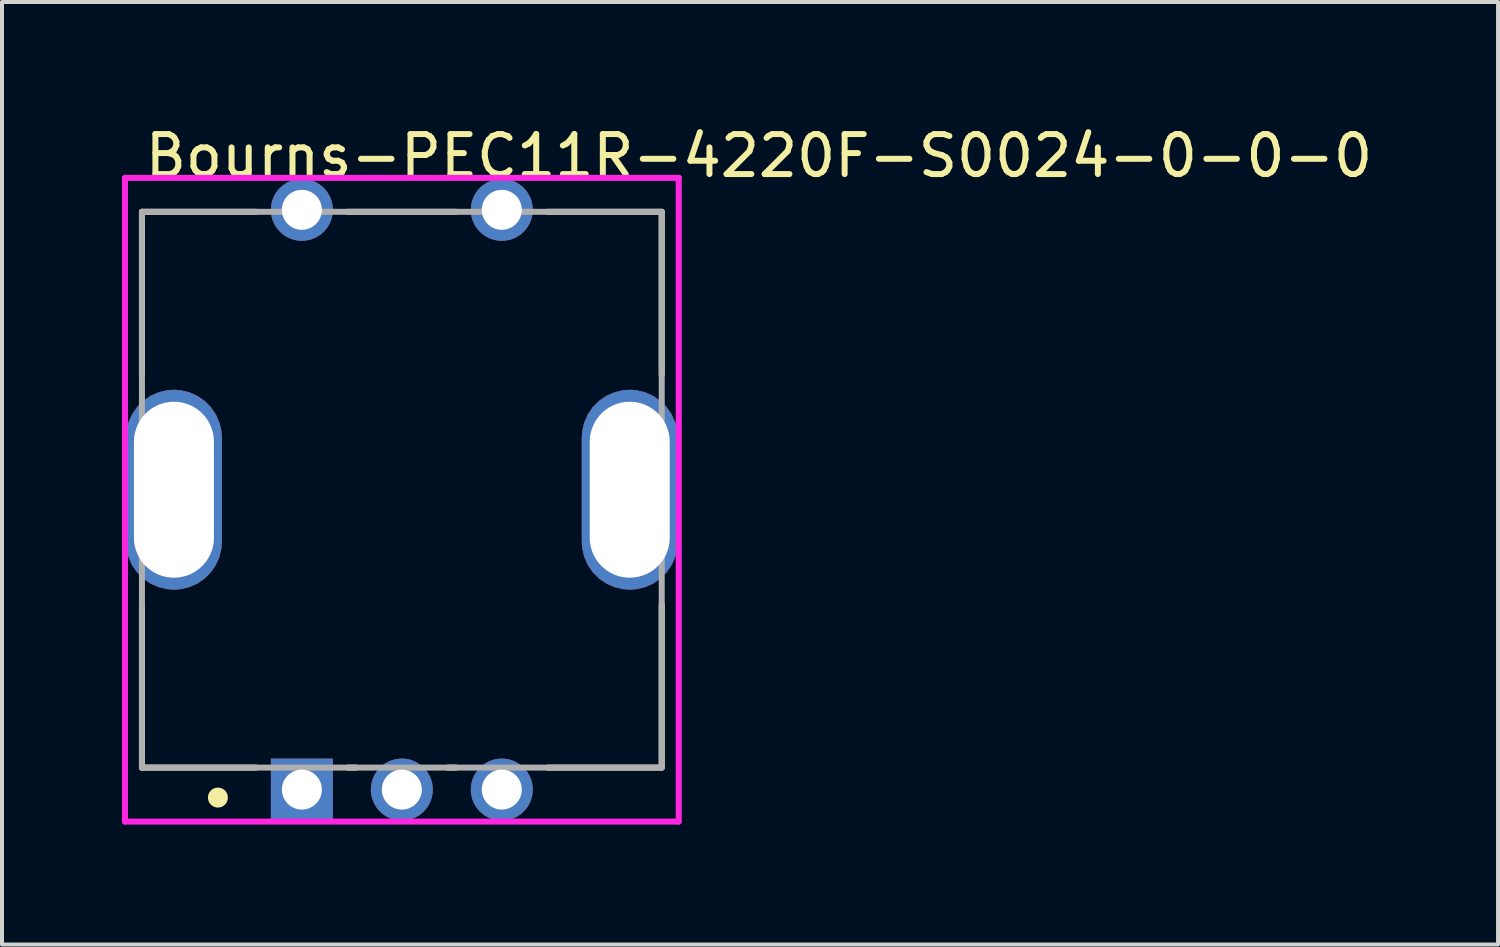
<source format=kicad_pcb>
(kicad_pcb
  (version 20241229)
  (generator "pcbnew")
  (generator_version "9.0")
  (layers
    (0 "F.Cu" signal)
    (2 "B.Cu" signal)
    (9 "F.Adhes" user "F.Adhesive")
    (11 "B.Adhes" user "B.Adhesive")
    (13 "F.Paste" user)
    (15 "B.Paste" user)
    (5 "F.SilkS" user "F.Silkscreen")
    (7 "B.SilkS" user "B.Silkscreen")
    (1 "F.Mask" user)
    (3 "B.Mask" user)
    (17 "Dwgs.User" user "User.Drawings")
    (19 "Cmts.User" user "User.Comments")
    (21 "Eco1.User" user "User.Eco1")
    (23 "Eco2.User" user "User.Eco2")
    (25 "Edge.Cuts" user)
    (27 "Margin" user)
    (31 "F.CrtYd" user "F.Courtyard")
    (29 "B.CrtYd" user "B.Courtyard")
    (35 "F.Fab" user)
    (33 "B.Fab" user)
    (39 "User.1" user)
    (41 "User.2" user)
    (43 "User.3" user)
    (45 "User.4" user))
  (footprint "Bourns-PEC11R-4220F-S0024-0-0-0"
    (layer "F.Cu")
    (at 7 9.198)
    (property "Reference" "Bourns-PEC11R-4220F-S0024-0-0-0" (at -6.5 -8.35 0) (layer "F.SilkS") (effects (font (size 1 1) (thickness 0.15)) (justify left)))
    (attr through_hole)
    (fp_line (start -6.5 -6.95) (end -3.65 -6.95) (stroke (width 0.15) (type solid)) (layer "F.SilkS"))
    (fp_line (start -6.5 -2.875) (end -6.5 -6.95) (stroke (width 0.15) (type solid)) (layer "F.SilkS"))
    (fp_line (start -6.5 6.95) (end -6.5 2.875) (stroke (width 0.15) (type solid)) (layer "F.SilkS"))
    (fp_line (start -6.5 6.95) (end -3.65 6.95) (stroke (width 0.15) (type solid)) (layer "F.SilkS"))
    (fp_line (start -1.35 -6.95) (end 1.35 -6.95) (stroke (width 0.15) (type solid)) (layer "F.SilkS"))
    (fp_line (start -1.35 6.95) (end -1.15 6.95) (stroke (width 0.15) (type solid)) (layer "F.SilkS"))
    (fp_line (start 1.15 6.95) (end 1.35 6.95) (stroke (width 0.15) (type solid)) (layer "F.SilkS"))
    (fp_line (start 3.65 -6.95) (end 6.5 -6.95) (stroke (width 0.15) (type solid)) (layer "F.SilkS"))
    (fp_line (start 3.65 6.95) (end 6.5 6.95) (stroke (width 0.15) (type solid)) (layer "F.SilkS"))
    (fp_line (start 6.5 -2.875) (end 6.5 -6.95) (stroke (width 0.15) (type solid)) (layer "F.SilkS"))
    (fp_line (start 6.5 6.95) (end 6.5 2.875) (stroke (width 0.15) (type solid)) (layer "F.SilkS"))
    (fp_circle (center -4.6 7.7) (end -4.475 7.7) (stroke (width 0.25) (type solid)) (fill no) (layer "F.SilkS"))
    (fp_line (start -6.925 -7.8) (end -6.925 8.3) (stroke (width 0.15) (type solid)) (layer "F.CrtYd"))
    (fp_line (start -6.925 8.3) (end 6.925 8.3) (stroke (width 0.15) (type solid)) (layer "F.CrtYd"))
    (fp_line (start 6.925 -7.8) (end -6.925 -7.8) (stroke (width 0.15) (type solid)) (layer "F.CrtYd"))
    (fp_line (start 6.925 -7.8) (end 6.925 -7.8) (stroke (width 0.15) (type solid)) (layer "F.CrtYd"))
    (fp_line (start 6.925 8.3) (end 6.925 -7.8) (stroke (width 0.15) (type solid)) (layer "F.CrtYd"))
    (fp_line (start -6.5 -6.95) (end 6.5 -6.95) (stroke (width 0.15) (type solid)) (layer "F.Fab"))
    (fp_line (start -6.5 6.95) (end -6.5 -6.95) (stroke (width 0.15) (type solid)) (layer "F.Fab"))
    (fp_line (start 6.5 -6.95) (end 6.5 6.95) (stroke (width 0.15) (type solid)) (layer "F.Fab"))
    (fp_line (start 6.5 6.95) (end -6.5 6.95) (stroke (width 0.15) (type solid)) (layer "F.Fab"))
    (pad "1" thru_hole circle (at -2.5 -7) (size 1.55 1.55) (drill 1) (layers "*.Cu"))
    (pad "2" thru_hole circle (at 2.5 -7) (size 1.55 1.55) (drill 1) (layers "*.Cu"))
    (pad "3" thru_hole roundrect (at -5.7 0) (size 2.4 5) (drill oval 2 4.4) (layers "*.Cu") (roundrect_rratio 0.5))
    (pad "4" thru_hole roundrect (at 5.7 0) (size 2.4 5) (drill oval 2 4.4) (layers "*.Cu" "*.Mask") (roundrect_rratio 0.5))
    (pad "A" thru_hole rect (at -2.5 7.5) (size 1.55 1.55) (drill 1) (layers "*.Cu"))
    (pad "B" thru_hole circle (at 2.5 7.5) (size 1.55 1.55) (drill 1) (layers "*.Cu"))
    (pad "C" thru_hole circle (at 0 7.5) (size 1.55 1.55) (drill 1) (layers "*.Cu")))
  (gr_rect
    (start -3 -3)
    (end 34.417 20.573)
    (stroke (width 0.1) (type default))
    (fill no)
    (layer "Edge.Cuts")))
</source>
